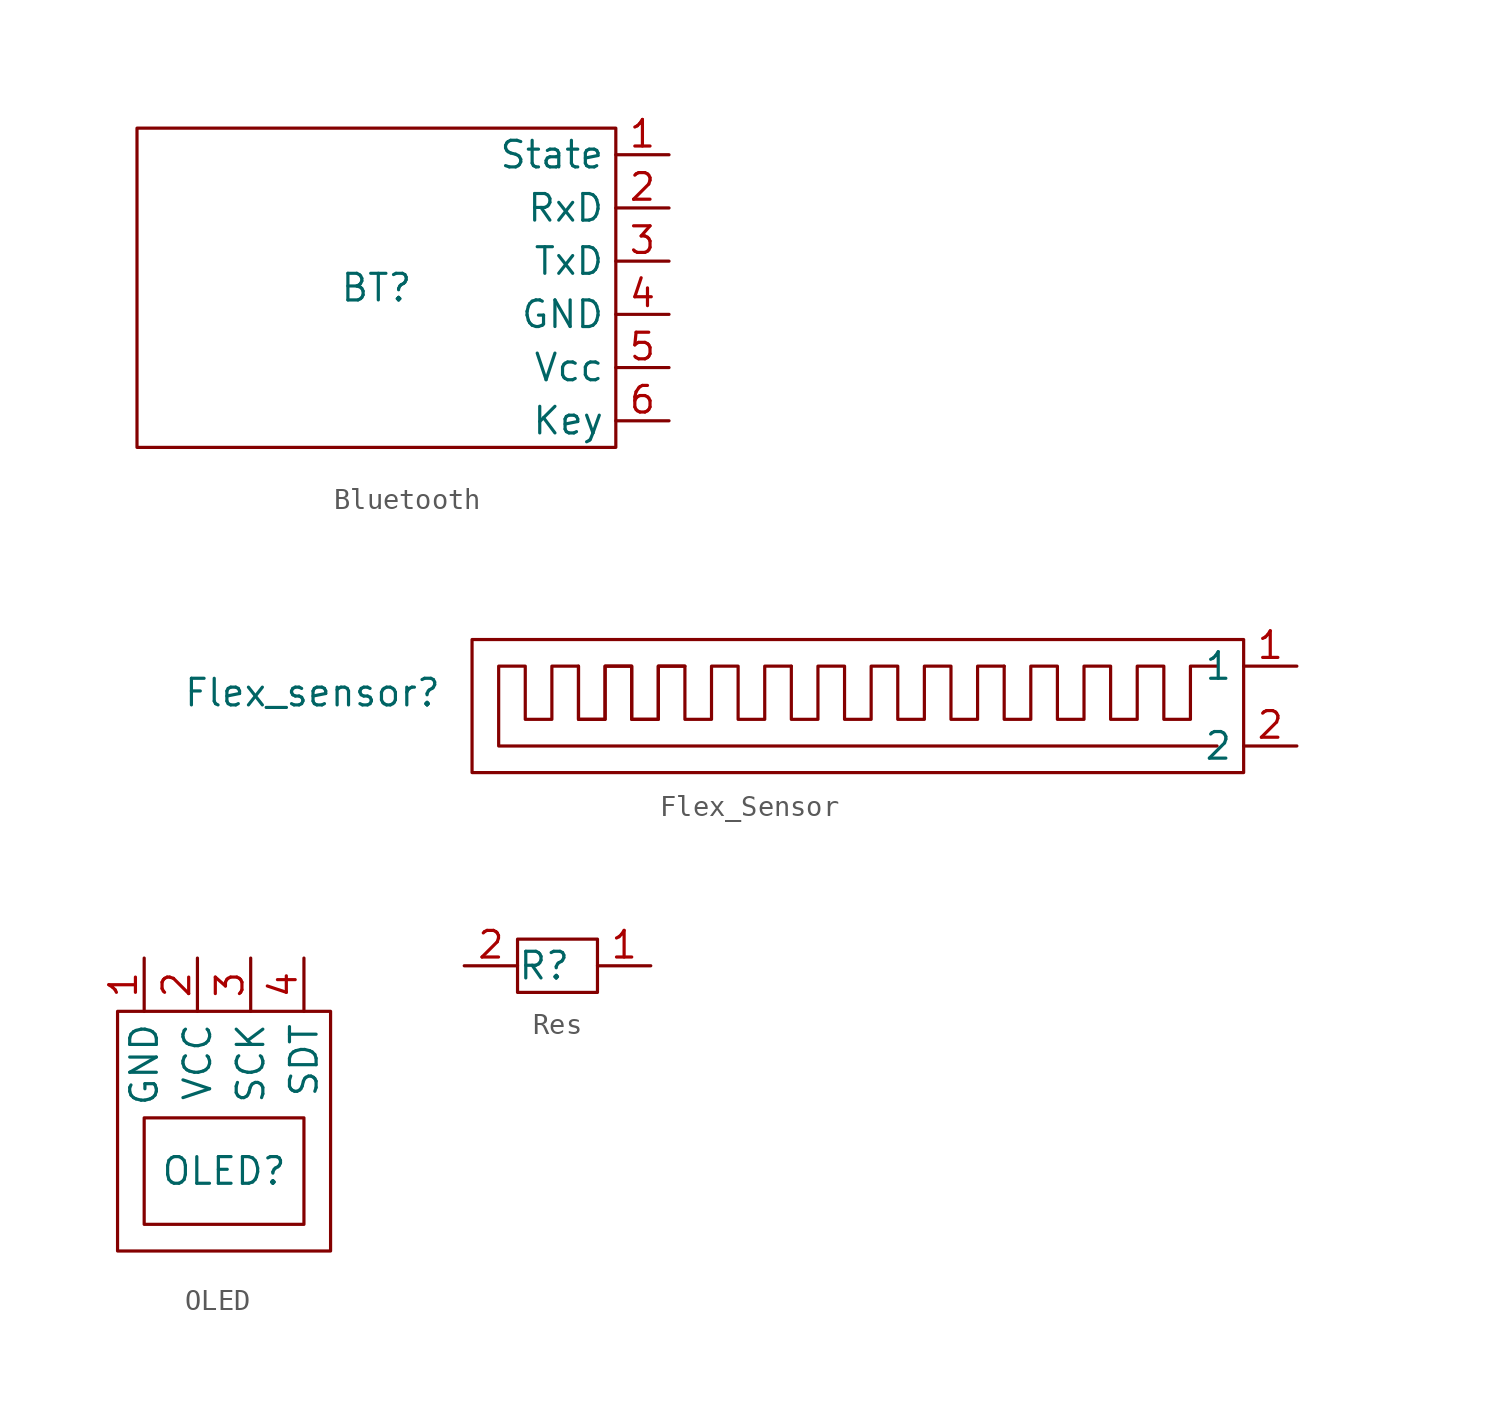
<source format=kicad_sym>
(kicad_symbol_lib
  (version 20231120)
  (generator "kicad_symbol_editor")
  (generator_version "8.0")
  (symbol "Bluetooth"
    (property "Reference" "BT"
      (at 0 0 0)
      (effects (font (size 1.27 1.27))))
    (property "Value" ""
      (at 0 0 0)
      (effects (font (size 1.27 1.27))))
    (symbol "Bluetooth_0_1"
      (rectangle (start -11.43 7.62) (end 11.43 -7.62) (stroke (width 0) (type default)) (fill (type none))))
    (symbol "Bluetooth_1_1"
      (pin input line (at 13.97 6.35 180) (length 2.54) (name "State" (effects (font (size 1.27 1.27)))) (number "1" (effects (font (size 1.27 1.27)))))
      (pin input line (at 13.97 3.81 180) (length 2.54) (name "RxD" (effects (font (size 1.27 1.27)))) (number "2" (effects (font (size 1.27 1.27)))))
      (pin output line (at 13.97 1.27 180) (length 2.54) (name "TxD" (effects (font (size 1.27 1.27)))) (number "3" (effects (font (size 1.27 1.27)))))
      (pin power_in line (at 13.97 -1.27 180) (length 2.54) (name "GND" (effects (font (size 1.27 1.27)))) (number "4" (effects (font (size 1.27 1.27)))))
      (pin power_in line (at 13.97 -3.81 180) (length 2.54) (name "Vcc" (effects (font (size 1.27 1.27)))) (number "5" (effects (font (size 1.27 1.27)))))
      (pin input line (at 13.97 -6.35 180) (length 2.54) (name "Key" (effects (font (size 1.27 1.27)))) (number "6" (effects (font (size 1.27 1.27)))))))
  (symbol "Flex_Sensor"
    (property "Reference" "Flex_sensor"
      (at -17.78 0 0)
      (effects (font (size 1.27 1.27))))
    (property "Value" ""
      (at 0 0 0)
      (effects (font (size 1.27 1.27))))
    (symbol "Flex_Sensor_0_1"
      (rectangle (start -10.16 2.54) (end 26.67 -3.81) (stroke (width 0) (type default)) (fill (type none)))
      (polyline (pts (xy 0 1.27) (xy -1.27 1.27) (xy -1.27 -1.27) (xy -2.54 -1.27) (xy -2.54 1.27) (xy -3.81 1.27) (xy -3.81 -1.27) (xy -5.08 -1.27) (xy -5.08 1.27) (xy -6.35 1.27) (xy -6.35 -1.27) (xy -7.62 -1.27) (xy -7.62 1.27) (xy -8.89 1.27) (xy -8.89 -1.27) (xy -8.89 -2.54) (xy 25.4 -2.54)) (stroke (width 0) (type default)) (fill (type none)))
      (polyline (pts (xy 5.08 1.27) (xy 3.81 1.27) (xy 3.81 -1.27) (xy 2.54 -1.27) (xy 2.54 1.27) (xy 1.27 1.27) (xy 1.27 -1.27) (xy 0 -1.27) (xy 0 1.27) (xy -1.27 1.27) (xy -1.27 -1.27) (xy -2.54 -1.27) (xy -2.54 1.27) (xy -3.81 1.27) (xy -3.81 -1.27) (xy -5.08 -1.27) (xy -5.08 1.27)) (stroke (width 0) (type default)) (fill (type none)))
      (polyline (pts (xy 15.24 1.27) (xy 13.97 1.27) (xy 13.97 -1.27) (xy 12.7 -1.27) (xy 12.7 1.27) (xy 11.43 1.27) (xy 11.43 -1.27) (xy 10.16 -1.27) (xy 10.16 1.27) (xy 8.89 1.27) (xy 8.89 -1.27) (xy 7.62 -1.27) (xy 7.62 1.27) (xy 6.35 1.27) (xy 6.35 -1.27) (xy 5.08 -1.27) (xy 5.08 1.27)) (stroke (width 0) (type default)) (fill (type none)))
      (polyline (pts (xy 25.4 1.27) (xy 24.13 1.27) (xy 24.13 -1.27) (xy 22.86 -1.27) (xy 22.86 1.27) (xy 21.59 1.27) (xy 21.59 -1.27) (xy 20.32 -1.27) (xy 20.32 1.27) (xy 19.05 1.27) (xy 19.05 -1.27) (xy 17.78 -1.27) (xy 17.78 1.27) (xy 16.51 1.27) (xy 16.51 -1.27) (xy 15.24 -1.27) (xy 15.24 1.27)) (stroke (width 0) (type default)) (fill (type none))))
    (symbol "Flex_Sensor_1_1"
      (pin passive line (at 29.21 1.27 180) (length 2.54) (name "1" (effects (font (size 1.27 1.27)))) (number "1" (effects (font (size 1.27 1.27)))))
      (pin passive line (at 29.21 -2.54 180) (length 2.54) (name "2" (effects (font (size 1.27 1.27)))) (number "2" (effects (font (size 1.27 1.27)))))))
  (symbol "OLED"
    (property "Reference" "OLED"
      (at 0 -3.81 0)
      (effects (font (size 1.27 1.27))))
    (property "Value" ""
      (at 0 0 0)
      (effects (font (size 1.27 1.27))))
    (symbol "OLED_0_1"
      (rectangle (start -5.08 3.81) (end 5.08 -7.62) (stroke (width 0) (type default)) (fill (type none)))
      (rectangle (start -3.81 -1.27) (end 3.81 -6.35) (stroke (width 0) (type default)) (fill (type none))))
    (symbol "OLED_1_1"
      (pin power_in line (at -3.81 6.35 270) (length 2.54) (name "GND" (effects (font (size 1.27 1.27)))) (number "1" (effects (font (size 1.27 1.27)))))
      (pin power_in line (at -1.27 6.35 270) (length 2.54) (name "VCC" (effects (font (size 1.27 1.27)))) (number "2" (effects (font (size 1.27 1.27)))))
      (pin input line (at 1.27 6.35 270) (length 2.54) (name "SCK" (effects (font (size 1.27 1.27)))) (number "3" (effects (font (size 1.27 1.27)))))
      (pin input line (at 3.81 6.35 270) (length 2.54) (name "SDT" (effects (font (size 1.27 1.27)))) (number "4" (effects (font (size 1.27 1.27)))))))
  (symbol "Res"
    (property "Reference" "R"
      (at -1.27 1.27 0)
      (effects (font (size 1.27 1.27))))
    (property "Value" ""
      (at 0 0 0)
      (effects (font (size 1.27 1.27))))
    (symbol "Res_0_1"
      (rectangle (start -2.54 2.54) (end 1.27 0) (stroke (width 0) (type default)) (fill (type none))))
    (symbol "Res_1_1"
      (pin input line (at 3.81 1.27 180) (length 2.54) (name "" (effects (font (size 1.27 1.27)))) (number "1" (effects (font (size 1.27 1.27)))))
      (pin input line (at -5.08 1.27 0) (length 2.54) (name "" (effects (font (size 1.27 1.27)))) (number "2" (effects (font (size 1.27 1.27))))))))
</source>
